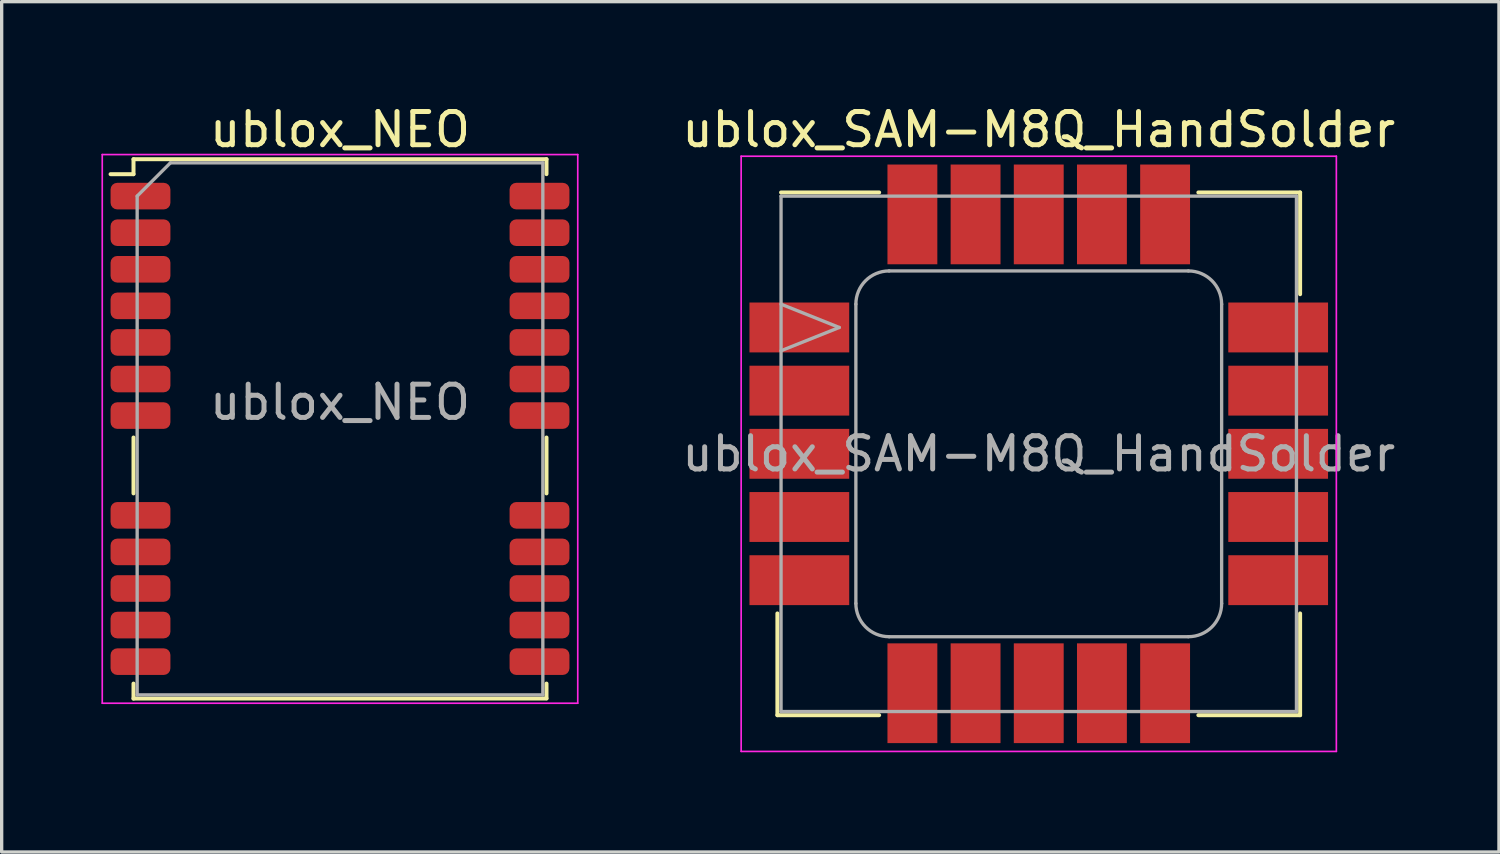
<source format=kicad_pcb>
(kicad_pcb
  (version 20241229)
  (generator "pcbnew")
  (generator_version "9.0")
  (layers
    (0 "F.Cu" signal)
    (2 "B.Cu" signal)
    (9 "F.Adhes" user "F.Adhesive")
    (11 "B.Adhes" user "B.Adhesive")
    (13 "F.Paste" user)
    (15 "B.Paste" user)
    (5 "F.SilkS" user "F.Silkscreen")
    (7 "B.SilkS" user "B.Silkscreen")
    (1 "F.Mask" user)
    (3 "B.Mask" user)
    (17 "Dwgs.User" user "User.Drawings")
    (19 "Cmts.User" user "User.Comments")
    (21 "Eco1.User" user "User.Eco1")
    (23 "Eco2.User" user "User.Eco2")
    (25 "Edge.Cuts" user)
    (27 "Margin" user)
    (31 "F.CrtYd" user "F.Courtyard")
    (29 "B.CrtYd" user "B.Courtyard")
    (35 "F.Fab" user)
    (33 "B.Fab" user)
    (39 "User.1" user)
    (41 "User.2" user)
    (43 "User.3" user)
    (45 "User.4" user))
  (footprint "ublox_SAM-M8Q_HandSolder"
    (layer "F.Cu")
    (at 28.189 10.598)
    (property "Reference" "ublox_SAM-M8Q_HandSolder" (at 0 -9.75 0) (layer "F.SilkS") (effects (font (size 1 1) (thickness 0.15))))
    (attr smd)
    (fp_line (start -7.86 4.8) (end -7.86 7.86) (stroke (width 0.12) (type solid)) (layer "F.SilkS"))
    (fp_line (start -7.86 7.86) (end -4.8 7.86) (stroke (width 0.12) (type solid)) (layer "F.SilkS"))
    (fp_line (start -7.75 -7.86) (end -4.8 -7.86) (stroke (width 0.12) (type solid)) (layer "F.SilkS"))
    (fp_line (start 4.8 -7.86) (end 7.86 -7.86) (stroke (width 0.12) (type solid)) (layer "F.SilkS"))
    (fp_line (start 4.8 7.86) (end 7.86 7.86) (stroke (width 0.12) (type solid)) (layer "F.SilkS"))
    (fp_line (start 7.86 -7.86) (end 7.86 -4.8) (stroke (width 0.12) (type solid)) (layer "F.SilkS"))
    (fp_line (start 7.86 4.8) (end 7.86 7.86) (stroke (width 0.12) (type solid)) (layer "F.SilkS"))
    (fp_line (start -8.95 -8.95) (end -8.95 8.95) (stroke (width 0.05) (type solid)) (layer "F.CrtYd"))
    (fp_line (start -8.95 8.95) (end 8.95 8.95) (stroke (width 0.05) (type solid)) (layer "F.CrtYd"))
    (fp_line (start 8.95 -8.95) (end -8.95 -8.95) (stroke (width 0.05) (type solid)) (layer "F.CrtYd"))
    (fp_line (start 8.95 8.95) (end 8.95 -8.95) (stroke (width 0.05) (type solid)) (layer "F.CrtYd"))
    (fp_line (start -7.75 -7.75) (end 7.75 -7.75) (stroke (width 0.1) (type solid)) (layer "F.Fab"))
    (fp_line (start -7.75 7.75) (end -7.75 -7.75) (stroke (width 0.1) (type solid)) (layer "F.Fab"))
    (fp_line (start -6 -3.8) (end -7.75 -4.5) (stroke (width 0.1) (type solid)) (layer "F.Fab"))
    (fp_line (start -6 -3.8) (end -7.75 -3.1) (stroke (width 0.1) (type solid)) (layer "F.Fab"))
    (fp_line (start -5.5 -4.5) (end -5.5 4.5) (stroke (width 0.1) (type solid)) (layer "F.Fab"))
    (fp_line (start -4.5 5.5) (end 4.5 5.5) (stroke (width 0.1) (type solid)) (layer "F.Fab"))
    (fp_line (start 4.5 -5.5) (end -4.5 -5.5) (stroke (width 0.1) (type solid)) (layer "F.Fab"))
    (fp_line (start 5.5 4.5) (end 5.5 -4.5) (stroke (width 0.1) (type solid)) (layer "F.Fab"))
    (fp_line (start 7.75 -7.75) (end 7.75 7.75) (stroke (width 0.1) (type solid)) (layer "F.Fab"))
    (fp_line (start 7.75 7.75) (end -7.75 7.75) (stroke (width 0.1) (type solid)) (layer "F.Fab"))
    (fp_arc (start -5.5 -4.5) (mid -5.207107 -5.207107) (end -4.5 -5.5) (stroke (width 0.1) (type solid)) (layer "F.Fab"))
    (fp_arc (start -4.5 5.5) (mid -5.207107 5.207107) (end -5.5 4.5) (stroke (width 0.1) (type solid)) (layer "F.Fab"))
    (fp_arc (start 4.5 -5.5) (mid 5.207107 -5.207107) (end 5.5 -4.5) (stroke (width 0.1) (type solid)) (layer "F.Fab"))
    (fp_arc (start 5.5 4.5) (mid 5.207107 5.207107) (end 4.5 5.5) (stroke (width 0.1) (type solid)) (layer "F.Fab"))
    (fp_text user "${REFERENCE}" (at 0 0 0) (layer "F.Fab") (effects (font (size 1 1) (thickness 0.15))))
    (pad "1" smd rect (at -7.2 -3.8) (size 3 1.5) (layers "F.Cu" "F.Mask" "F.Paste"))
    (pad "2" smd rect (at -7.2 -1.9) (size 3 1.5) (layers "F.Cu" "F.Mask" "F.Paste"))
    (pad "3" smd rect (at -7.2 0) (size 3 1.5) (layers "F.Cu" "F.Mask" "F.Paste"))
    (pad "4" smd rect (at -7.2 1.9) (size 3 1.5) (layers "F.Cu" "F.Mask" "F.Paste"))
    (pad "5" smd rect (at -7.2 3.8) (size 3 1.5) (layers "F.Cu" "F.Mask" "F.Paste"))
    (pad "6" smd rect (at -3.8 7.2) (size 1.5 3) (layers "F.Cu" "F.Mask" "F.Paste"))
    (pad "7" smd rect (at -1.9 7.2) (size 1.5 3) (layers "F.Cu" "F.Mask" "F.Paste"))
    (pad "8" smd rect (at 0 7.2) (size 1.5 3) (layers "F.Cu" "F.Mask" "F.Paste"))
    (pad "9" smd rect (at 1.9 7.2) (size 1.5 3) (layers "F.Cu" "F.Mask" "F.Paste"))
    (pad "10" smd rect (at 3.8 7.2) (size 1.5 3) (layers "F.Cu" "F.Mask" "F.Paste"))
    (pad "11" smd rect (at 7.2 3.8) (size 3 1.5) (layers "F.Cu" "F.Mask" "F.Paste"))
    (pad "12" smd rect (at 7.2 1.9) (size 3 1.5) (layers "F.Cu" "F.Mask" "F.Paste"))
    (pad "13" smd rect (at 7.2 0) (size 3 1.5) (layers "F.Cu" "F.Mask" "F.Paste"))
    (pad "14" smd rect (at 7.2 -1.9) (size 3 1.5) (layers "F.Cu" "F.Mask" "F.Paste"))
    (pad "15" smd rect (at 7.2 -3.8) (size 3 1.5) (layers "F.Cu" "F.Mask" "F.Paste"))
    (pad "16" smd rect (at 3.8 -7.2) (size 1.5 3) (layers "F.Cu" "F.Mask" "F.Paste"))
    (pad "17" smd rect (at 1.9 -7.2) (size 1.5 3) (layers "F.Cu" "F.Mask" "F.Paste"))
    (pad "18" smd rect (at 0 -7.2) (size 1.5 3) (layers "F.Cu" "F.Mask" "F.Paste"))
    (pad "19" smd rect (at -1.9 -7.2) (size 1.5 3) (layers "F.Cu" "F.Mask" "F.Paste"))
    (pad "20" smd rect (at -3.8 -7.2) (size 1.5 3) (layers "F.Cu" "F.Mask" "F.Paste")))
  (footprint "ublox_NEO"
    (layer "F.Cu")
    (at 7.175 9.848)
    (property "Reference" "ublox_NEO" (at 0 -9 0) (layer "F.SilkS") (effects (font (size 1 1) (thickness 0.15))))
    (attr smd)
    (fp_line (start -6.9 -7.66) (end -6.21 -7.66) (stroke (width 0.12) (type solid)) (layer "F.SilkS"))
    (fp_line (start -6.21 -8.11) (end -6.21 -7.66) (stroke (width 0.12) (type solid)) (layer "F.SilkS"))
    (fp_line (start -6.21 -8.11) (end 6.21 -8.11) (stroke (width 0.12) (type solid)) (layer "F.SilkS"))
    (fp_line (start -6.21 0.26) (end -6.21 1.94) (stroke (width 0.12) (type solid)) (layer "F.SilkS"))
    (fp_line (start -6.21 7.66) (end -6.21 8.11) (stroke (width 0.12) (type solid)) (layer "F.SilkS"))
    (fp_line (start -6.21 8.11) (end 6.21 8.11) (stroke (width 0.12) (type solid)) (layer "F.SilkS"))
    (fp_line (start 6.21 -8.11) (end 6.21 -7.66) (stroke (width 0.12) (type solid)) (layer "F.SilkS"))
    (fp_line (start 6.21 0.26) (end 6.21 1.94) (stroke (width 0.12) (type solid)) (layer "F.SilkS"))
    (fp_line (start 6.21 7.66) (end 6.21 8.1) (stroke (width 0.12) (type solid)) (layer "F.SilkS"))
    (fp_line (start -7.15 -8.25) (end -7.15 8.25) (stroke (width 0.05) (type solid)) (layer "F.CrtYd"))
    (fp_line (start -7.15 -8.25) (end 7.15 -8.25) (stroke (width 0.05) (type solid)) (layer "F.CrtYd"))
    (fp_line (start -7.15 8.25) (end 7.15 8.25) (stroke (width 0.05) (type solid)) (layer "F.CrtYd"))
    (fp_line (start 7.15 -8.25) (end 7.15 8.25) (stroke (width 0.05) (type solid)) (layer "F.CrtYd"))
    (fp_line (start -6.1 -7) (end -6.1 8) (stroke (width 0.1) (type solid)) (layer "F.Fab"))
    (fp_line (start -6.1 8) (end 6.1 8) (stroke (width 0.1) (type solid)) (layer "F.Fab"))
    (fp_line (start -5.1 -8) (end -6.1 -7) (stroke (width 0.1) (type solid)) (layer "F.Fab"))
    (fp_line (start -5.1 -8) (end 6.1 -8) (stroke (width 0.1) (type solid)) (layer "F.Fab"))
    (fp_line (start 6.1 -8) (end 6.1 8) (stroke (width 0.1) (type solid)) (layer "F.Fab"))
    (fp_text user "${REFERENCE}" (at 0 -0.8 0) (layer "F.Fab") (effects (font (size 1 1) (thickness 0.15))))
    (pad "1" smd roundrect (at -6 -7) (size 1.8 0.8) (layers "F.Cu" "F.Mask" "F.Paste") (roundrect_rratio 0.25))
    (pad "2" smd roundrect (at -6 -5.9) (size 1.8 0.8) (layers "F.Cu" "F.Mask" "F.Paste") (roundrect_rratio 0.25))
    (pad "3" smd roundrect (at -6 -4.8) (size 1.8 0.8) (layers "F.Cu" "F.Mask" "F.Paste") (roundrect_rratio 0.25))
    (pad "4" smd roundrect (at -6 -3.7) (size 1.8 0.8) (layers "F.Cu" "F.Mask" "F.Paste") (roundrect_rratio 0.25))
    (pad "5" smd roundrect (at -6 -2.6) (size 1.8 0.8) (layers "F.Cu" "F.Mask" "F.Paste") (roundrect_rratio 0.25))
    (pad "6" smd roundrect (at -6 -1.5) (size 1.8 0.8) (layers "F.Cu" "F.Mask" "F.Paste") (roundrect_rratio 0.25))
    (pad "7" smd roundrect (at -6 -0.4) (size 1.8 0.8) (layers "F.Cu" "F.Mask" "F.Paste") (roundrect_rratio 0.25))
    (pad "8" smd roundrect (at -6 2.6) (size 1.8 0.8) (layers "F.Cu" "F.Mask" "F.Paste") (roundrect_rratio 0.25))
    (pad "9" smd roundrect (at -6 3.7) (size 1.8 0.8) (layers "F.Cu" "F.Mask" "F.Paste") (roundrect_rratio 0.25))
    (pad "10" smd roundrect (at -6 4.8) (size 1.8 0.8) (layers "F.Cu" "F.Mask" "F.Paste") (roundrect_rratio 0.25))
    (pad "11" smd roundrect (at -6 5.9) (size 1.8 0.8) (layers "F.Cu" "F.Mask" "F.Paste") (roundrect_rratio 0.25))
    (pad "12" smd roundrect (at -6 7) (size 1.8 0.8) (layers "F.Cu" "F.Mask" "F.Paste") (roundrect_rratio 0.25))
    (pad "13" smd roundrect (at 6 7) (size 1.8 0.8) (layers "F.Cu" "F.Mask" "F.Paste") (roundrect_rratio 0.25))
    (pad "14" smd roundrect (at 6 5.9) (size 1.8 0.8) (layers "F.Cu" "F.Mask" "F.Paste") (roundrect_rratio 0.25))
    (pad "15" smd roundrect (at 6 4.8) (size 1.8 0.8) (layers "F.Cu" "F.Mask" "F.Paste") (roundrect_rratio 0.25))
    (pad "16" smd roundrect (at 6 3.7) (size 1.8 0.8) (layers "F.Cu" "F.Mask" "F.Paste") (roundrect_rratio 0.25))
    (pad "17" smd roundrect (at 6 2.6) (size 1.8 0.8) (layers "F.Cu" "F.Mask" "F.Paste") (roundrect_rratio 0.25))
    (pad "18" smd roundrect (at 6 -0.4) (size 1.8 0.8) (layers "F.Cu" "F.Mask" "F.Paste") (roundrect_rratio 0.25))
    (pad "19" smd roundrect (at 6 -1.5) (size 1.8 0.8) (layers "F.Cu" "F.Mask" "F.Paste") (roundrect_rratio 0.25))
    (pad "20" smd roundrect (at 6 -2.6) (size 1.8 0.8) (layers "F.Cu" "F.Mask" "F.Paste") (roundrect_rratio 0.25))
    (pad "21" smd roundrect (at 6 -3.7) (size 1.8 0.8) (layers "F.Cu" "F.Mask" "F.Paste") (roundrect_rratio 0.25))
    (pad "22" smd roundrect (at 6 -4.8) (size 1.8 0.8) (layers "F.Cu" "F.Mask" "F.Paste") (roundrect_rratio 0.25))
    (pad "23" smd roundrect (at 6 -5.9) (size 1.8 0.8) (layers "F.Cu" "F.Mask" "F.Paste") (roundrect_rratio 0.25))
    (pad "24" smd roundrect (at 6 -7) (size 1.8 0.8) (layers "F.Cu" "F.Mask" "F.Paste") (roundrect_rratio 0.25)))
  (gr_rect
    (start -3 -3)
    (end 42.029 22.573)
    (stroke (width 0.1) (type default))
    (fill no)
    (layer "Edge.Cuts")))
</source>
